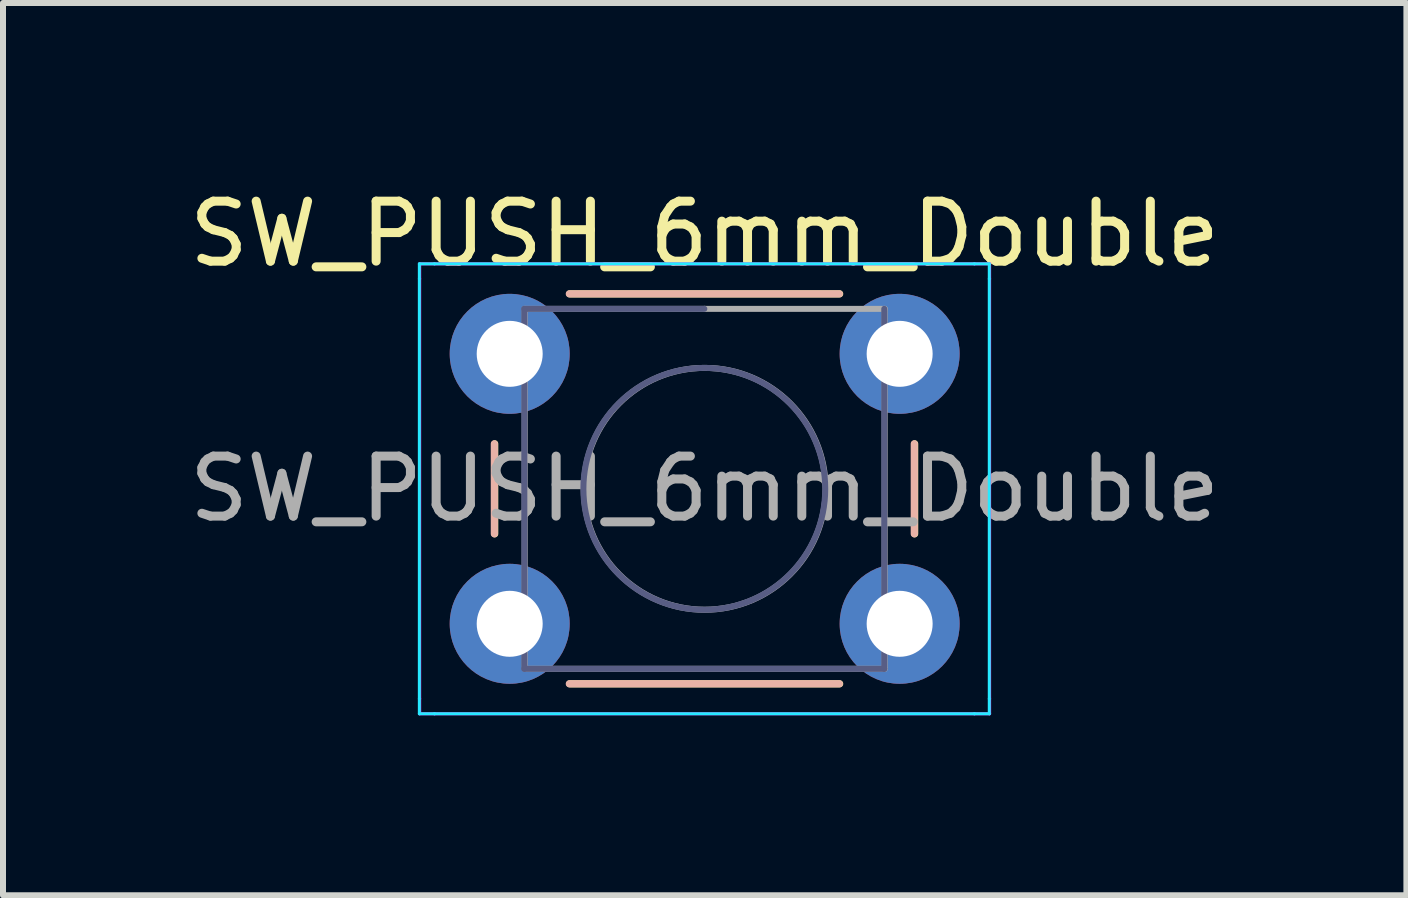
<source format=kicad_pcb>
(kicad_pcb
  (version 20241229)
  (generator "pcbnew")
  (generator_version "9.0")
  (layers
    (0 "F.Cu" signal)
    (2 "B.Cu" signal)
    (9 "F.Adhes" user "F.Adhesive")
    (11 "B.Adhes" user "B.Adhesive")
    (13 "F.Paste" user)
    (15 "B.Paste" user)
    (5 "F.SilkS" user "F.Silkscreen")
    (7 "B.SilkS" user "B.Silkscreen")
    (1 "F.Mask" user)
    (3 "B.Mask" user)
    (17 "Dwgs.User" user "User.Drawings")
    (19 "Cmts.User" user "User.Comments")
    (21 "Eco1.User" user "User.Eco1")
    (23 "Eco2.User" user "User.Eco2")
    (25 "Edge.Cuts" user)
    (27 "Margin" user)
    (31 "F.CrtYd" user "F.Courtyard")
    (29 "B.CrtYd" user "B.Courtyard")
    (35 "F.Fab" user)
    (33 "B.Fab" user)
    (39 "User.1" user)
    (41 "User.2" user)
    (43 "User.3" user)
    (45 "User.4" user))
  (footprint "SW_PUSH_6mm_Double"
    (layer "F.Cu")
    (at 5.446 2.848)
    (property "Reference" "SW_PUSH_6mm_Double" (at 3.25 -2 0) (layer "F.SilkS") (effects (font (size 1 1) (thickness 0.15))))
    (attr through_hole)
    (fp_line (start -0.25 1.5) (end -0.25 3) (stroke (width 0.12) (type solid)) (layer "F.SilkS"))
    (fp_line (start 1 5.5) (end 5.5 5.5) (stroke (width 0.12) (type solid)) (layer "F.SilkS"))
    (fp_line (start 5.5 -1) (end 1 -1) (stroke (width 0.12) (type solid)) (layer "F.SilkS"))
    (fp_line (start 6.75 3) (end 6.75 1.5) (stroke (width 0.12) (type solid)) (layer "F.SilkS"))
    (fp_line (start -0.256 3) (end -0.256 1.5) (stroke (width 0.12) (type solid)) (layer "B.SilkS"))
    (fp_line (start 0.994 -1) (end 5.494 -1) (stroke (width 0.12) (type solid)) (layer "B.SilkS"))
    (fp_line (start 5.494 5.5) (end 0.994 5.5) (stroke (width 0.12) (type solid)) (layer "B.SilkS"))
    (fp_line (start 6.744 1.5) (end 6.744 3) (stroke (width 0.12) (type solid)) (layer "B.SilkS"))
    (fp_line (start -1.506 -1.5) (end -1.506 -1.25) (stroke (width 0.05) (type solid)) (layer "B.CrtYd"))
    (fp_line (start -1.506 -1.25) (end -1.506 5.75) (stroke (width 0.05) (type solid)) (layer "B.CrtYd"))
    (fp_line (start -1.506 6) (end -1.506 5.75) (stroke (width 0.05) (type solid)) (layer "B.CrtYd"))
    (fp_line (start -1.256 -1.5) (end -1.506 -1.5) (stroke (width 0.05) (type solid)) (layer "B.CrtYd"))
    (fp_line (start -1.256 6) (end -1.506 6) (stroke (width 0.05) (type solid)) (layer "B.CrtYd"))
    (fp_line (start -1.256 6) (end 7.744 6) (stroke (width 0.05) (type solid)) (layer "B.CrtYd"))
    (fp_line (start 7.744 -1.5) (end -1.256 -1.5) (stroke (width 0.05) (type solid)) (layer "B.CrtYd"))
    (fp_line (start 7.994 -1.5) (end 7.744 -1.5) (stroke (width 0.05) (type solid)) (layer "B.CrtYd"))
    (fp_line (start 7.994 -1.25) (end 7.994 -1.5) (stroke (width 0.05) (type solid)) (layer "B.CrtYd"))
    (fp_line (start 7.994 5.75) (end 7.994 -1.25) (stroke (width 0.05) (type solid)) (layer "B.CrtYd"))
    (fp_line (start 7.994 5.75) (end 7.994 6) (stroke (width 0.05) (type solid)) (layer "B.CrtYd"))
    (fp_line (start 7.994 6) (end 7.744 6) (stroke (width 0.05) (type solid)) (layer "B.CrtYd"))
    (fp_line (start -1.5 -1.5) (end -1.25 -1.5) (stroke (width 0.05) (type solid)) (layer "F.CrtYd"))
    (fp_line (start -1.5 -1.25) (end -1.5 -1.5) (stroke (width 0.05) (type solid)) (layer "F.CrtYd"))
    (fp_line (start -1.5 5.75) (end -1.5 -1.25) (stroke (width 0.05) (type solid)) (layer "F.CrtYd"))
    (fp_line (start -1.5 5.75) (end -1.5 6) (stroke (width 0.05) (type solid)) (layer "F.CrtYd"))
    (fp_line (start -1.5 6) (end -1.25 6) (stroke (width 0.05) (type solid)) (layer "F.CrtYd"))
    (fp_line (start -1.25 -1.5) (end 7.75 -1.5) (stroke (width 0.05) (type solid)) (layer "F.CrtYd"))
    (fp_line (start 7.75 -1.5) (end 8 -1.5) (stroke (width 0.05) (type solid)) (layer "F.CrtYd"))
    (fp_line (start 7.75 6) (end -1.25 6) (stroke (width 0.05) (type solid)) (layer "F.CrtYd"))
    (fp_line (start 7.75 6) (end 8 6) (stroke (width 0.05) (type solid)) (layer "F.CrtYd"))
    (fp_line (start 8 -1.5) (end 8 -1.25) (stroke (width 0.05) (type solid)) (layer "F.CrtYd"))
    (fp_line (start 8 -1.25) (end 8 5.75) (stroke (width 0.05) (type solid)) (layer "F.CrtYd"))
    (fp_line (start 8 6) (end 8 5.75) (stroke (width 0.05) (type solid)) (layer "F.CrtYd"))
    (fp_line (start 0.244 -0.75) (end 0.244 5.25) (stroke (width 0.1) (type solid)) (layer "B.Fab"))
    (fp_line (start 0.244 5.25) (end 6.244 5.25) (stroke (width 0.1) (type solid)) (layer "B.Fab"))
    (fp_line (start 3.244 -0.75) (end 0.244 -0.75) (stroke (width 0.1) (type solid)) (layer "B.Fab"))
    (fp_line (start 6.244 5.25) (end 6.244 -0.75) (stroke (width 0.1) (type solid)) (layer "B.Fab"))
    (fp_circle (center 3.244 2.25) (end 5.244 2.5) (stroke (width 0.1) (type solid)) (fill no) (layer "B.Fab"))
    (fp_line (start 0.25 -0.75) (end 3.25 -0.75) (stroke (width 0.1) (type solid)) (layer "F.Fab"))
    (fp_line (start 0.25 5.25) (end 0.25 -0.75) (stroke (width 0.1) (type solid)) (layer "F.Fab"))
    (fp_line (start 3.25 -0.75) (end 6.25 -0.75) (stroke (width 0.1) (type solid)) (layer "F.Fab"))
    (fp_line (start 6.25 -0.75) (end 6.25 5.25) (stroke (width 0.1) (type solid)) (layer "F.Fab"))
    (fp_line (start 6.25 5.25) (end 0.25 5.25) (stroke (width 0.1) (type solid)) (layer "F.Fab"))
    (fp_circle (center 3.25 2.25) (end 1.25 2.5) (stroke (width 0.1) (type solid)) (fill no) (layer "F.Fab"))
    (fp_text user "${REFERENCE}" (at 3.25 2.25 0) (layer "F.Fab") (effects (font (size 1 1) (thickness 0.15))))
    (pad "1" thru_hole circle (at 0 0 90) (size 2 2) (drill 1.1) (layers "*.Cu" "*.Mask"))
    (pad "1" thru_hole circle (at 6.5 0 90) (size 2 2) (drill 1.1) (layers "*.Cu" "*.Mask"))
    (pad "2" thru_hole circle (at 0 4.5 90) (size 2 2) (drill 1.1) (layers "*.Cu" "*.Mask"))
    (pad "2" thru_hole circle (at 6.5 4.5 90) (size 2 2) (drill 1.1) (layers "*.Cu" "*.Mask")))
  (gr_rect
    (start -3 -3)
    (end 20.393 11.873)
    (stroke (width 0.1) (type default))
    (fill no)
    (layer "Edge.Cuts")))
</source>
